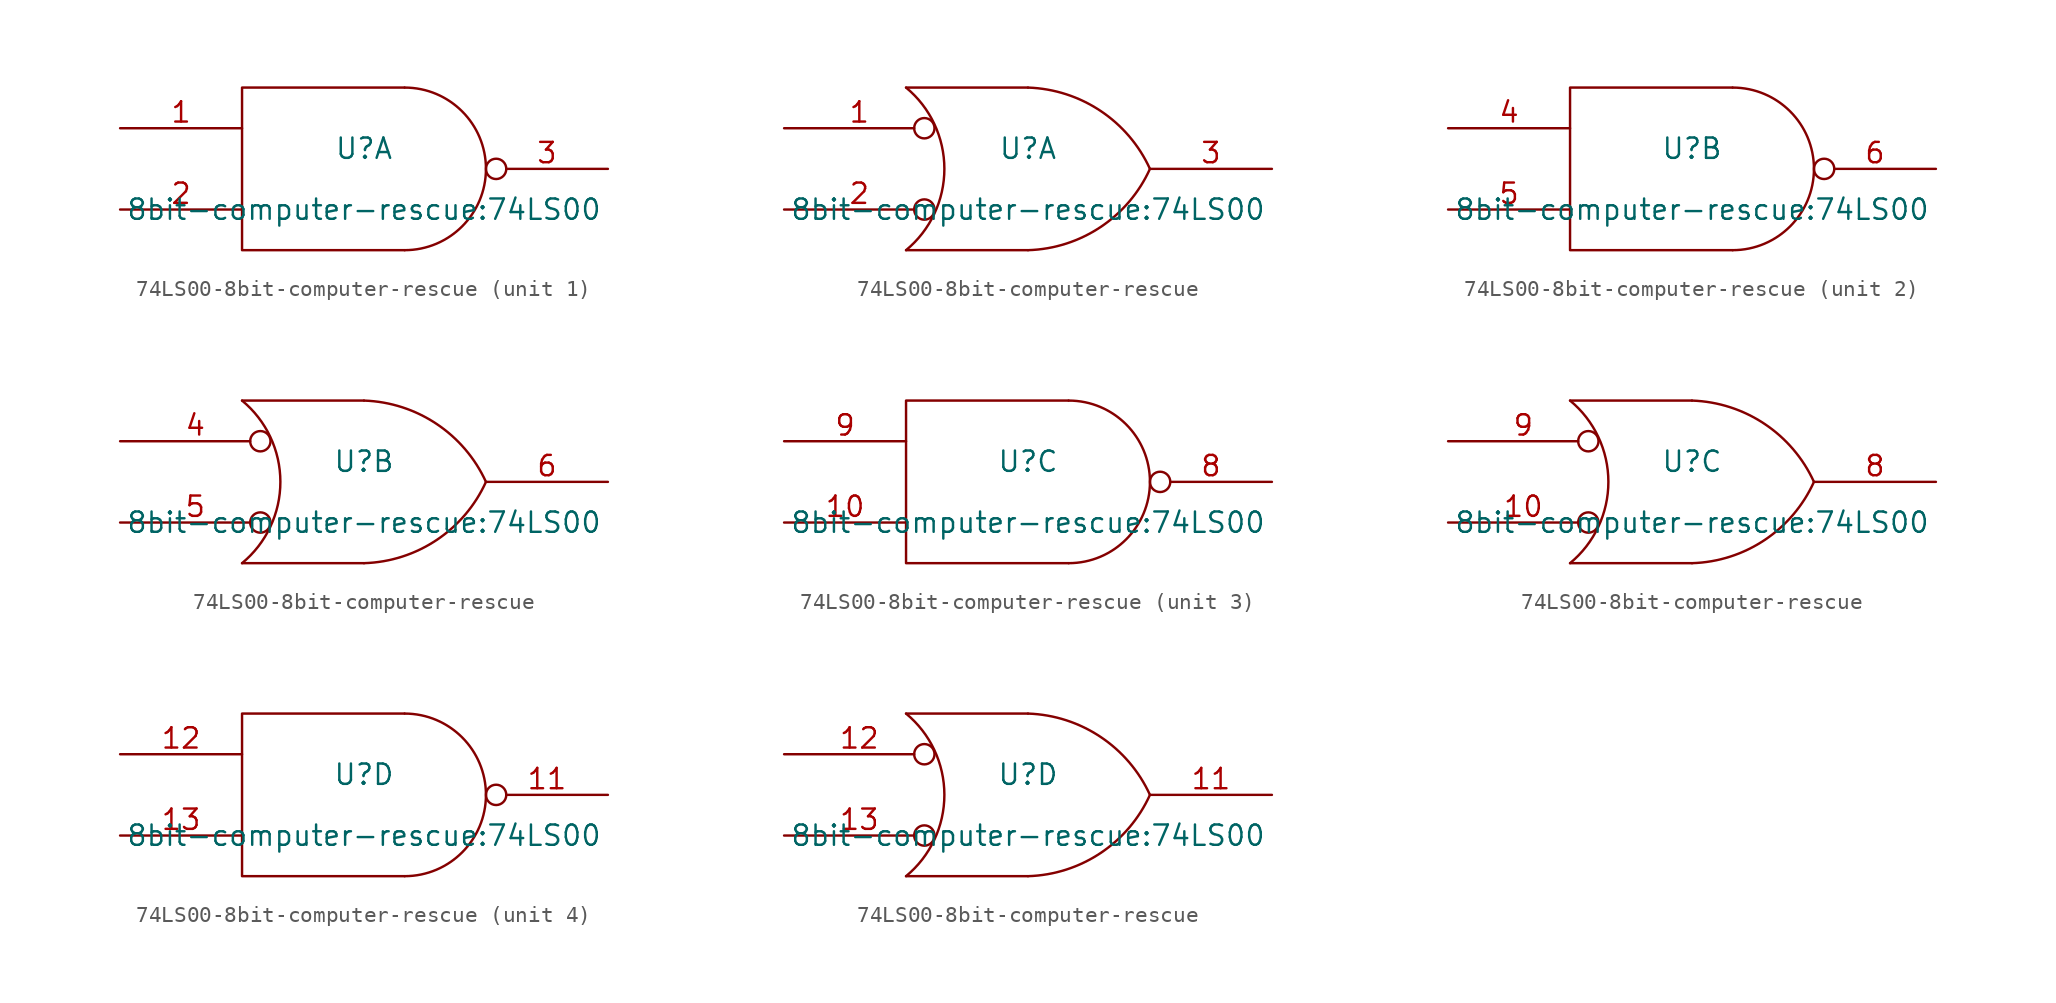
<source format=kicad_sym>
(kicad_symbol_lib
  (version 20220914)
  (generator kicad_symbol_editor)
  (symbol "74LS00-8bit-computer-rescue"
    (pin_names
      (offset 0.762))
    (property "Reference" "U"
      (at 0 1.27 0)
      (effects (font (size 1.27 1.27))))
    (property "Value" "8bit-computer-rescue:74LS00"
      (at 0 -2.54 0)
      (effects (font (size 1.27 1.27))))
    (symbol "74LS00-8bit-computer-rescue_0_0"
      (pin power_in line (at -5.08 5.08 270) (length 0) hide (name "VCC" (effects (font (size 1.016 1.016)))) (number "14" (effects (font (size 1.016 1.016)))))
      (pin power_in line (at -5.08 -5.08 90) (length 0) hide (name "GND" (effects (font (size 1.016 1.016)))) (number "7" (effects (font (size 1.016 1.016))))))
    (symbol "74LS00-8bit-computer-rescue_0_1"
      (polyline (pts (xy 2.54 5.08) (xy -7.62 5.08) (xy -7.62 -5.08) (xy 2.54 -5.08)) (stroke (width 0) (type solid)) (fill (type none)))
      (arc (start 2.54 -5.08) (mid 7.62 0) (end 2.54 5.08) (stroke (width 0) (type solid)) (fill (type none))))
    (symbol "74LS00-8bit-computer-rescue_0_2"
      (arc (start -7.62 -5.08) (mid -5.2253 0) (end -7.62 5.08) (stroke (width 0) (type solid)) (fill (type none)))
      (arc (start 0 -5.08) (mid 4.5408 -3.6305) (end 7.62 0) (stroke (width 0) (type solid)) (fill (type none)))
      (polyline (pts (xy -7.62 -5.08) (xy 0 -5.08)) (stroke (width 0) (type solid)) (fill (type none)))
      (polyline (pts (xy -7.62 5.08) (xy 0 5.08)) (stroke (width 0) (type solid)) (fill (type none)))
      (arc (start 7.62 0) (mid 4.5343 3.6226) (end 0 5.08) (stroke (width 0) (type solid)) (fill (type none))))
    (symbol "74LS00-8bit-computer-rescue_1_1"
      (pin input line (at -15.24 2.54 0) (length 7.62) (name "~" (effects (font (size 1.27 1.27)))) (number "1" (effects (font (size 1.27 1.27)))))
      (pin input line (at -15.24 -2.54 0) (length 7.62) (name "~" (effects (font (size 1.27 1.27)))) (number "2" (effects (font (size 1.27 1.27)))))
      (pin output inverted (at 15.24 0 180) (length 7.62) (name "~" (effects (font (size 1.27 1.27)))) (number "3" (effects (font (size 1.27 1.27))))))
    (symbol "74LS00-8bit-computer-rescue_1_2"
      (pin input inverted (at -15.24 2.54 0) (length 9.398) (name "~" (effects (font (size 1.27 1.27)))) (number "1" (effects (font (size 1.27 1.27)))))
      (pin input inverted (at -15.24 -2.54 0) (length 9.398) (name "~" (effects (font (size 1.27 1.27)))) (number "2" (effects (font (size 1.27 1.27)))))
      (pin output line (at 15.24 0 180) (length 7.62) (name "~" (effects (font (size 1.27 1.27)))) (number "3" (effects (font (size 1.27 1.27))))))
    (symbol "74LS00-8bit-computer-rescue_2_1"
      (pin input line (at -15.24 2.54 0) (length 7.62) (name "~" (effects (font (size 1.27 1.27)))) (number "4" (effects (font (size 1.27 1.27)))))
      (pin input line (at -15.24 -2.54 0) (length 7.62) (name "~" (effects (font (size 1.27 1.27)))) (number "5" (effects (font (size 1.27 1.27)))))
      (pin output inverted (at 15.24 0 180) (length 7.62) (name "~" (effects (font (size 1.27 1.27)))) (number "6" (effects (font (size 1.27 1.27))))))
    (symbol "74LS00-8bit-computer-rescue_2_2"
      (pin input inverted (at -15.24 2.54 0) (length 9.398) (name "~" (effects (font (size 1.27 1.27)))) (number "4" (effects (font (size 1.27 1.27)))))
      (pin input inverted (at -15.24 -2.54 0) (length 9.398) (name "~" (effects (font (size 1.27 1.27)))) (number "5" (effects (font (size 1.27 1.27)))))
      (pin output line (at 15.24 0 180) (length 7.62) (name "~" (effects (font (size 1.27 1.27)))) (number "6" (effects (font (size 1.27 1.27))))))
    (symbol "74LS00-8bit-computer-rescue_3_1"
      (pin input line (at -15.24 -2.54 0) (length 7.62) (name "~" (effects (font (size 1.27 1.27)))) (number "10" (effects (font (size 1.27 1.27)))))
      (pin output inverted (at 15.24 0 180) (length 7.62) (name "~" (effects (font (size 1.27 1.27)))) (number "8" (effects (font (size 1.27 1.27)))))
      (pin input line (at -15.24 2.54 0) (length 7.62) (name "~" (effects (font (size 1.27 1.27)))) (number "9" (effects (font (size 1.27 1.27))))))
    (symbol "74LS00-8bit-computer-rescue_3_2"
      (pin input inverted (at -15.24 -2.54 0) (length 9.398) (name "~" (effects (font (size 1.27 1.27)))) (number "10" (effects (font (size 1.27 1.27)))))
      (pin output line (at 15.24 0 180) (length 7.62) (name "~" (effects (font (size 1.27 1.27)))) (number "8" (effects (font (size 1.27 1.27)))))
      (pin input inverted (at -15.24 2.54 0) (length 9.398) (name "~" (effects (font (size 1.27 1.27)))) (number "9" (effects (font (size 1.27 1.27))))))
    (symbol "74LS00-8bit-computer-rescue_4_1"
      (pin output inverted (at 15.24 0 180) (length 7.62) (name "~" (effects (font (size 1.27 1.27)))) (number "11" (effects (font (size 1.27 1.27)))))
      (pin input line (at -15.24 2.54 0) (length 7.62) (name "~" (effects (font (size 1.27 1.27)))) (number "12" (effects (font (size 1.27 1.27)))))
      (pin input line (at -15.24 -2.54 0) (length 7.62) (name "~" (effects (font (size 1.27 1.27)))) (number "13" (effects (font (size 1.27 1.27))))))
    (symbol "74LS00-8bit-computer-rescue_4_2"
      (pin output line (at 15.24 0 180) (length 7.62) (name "~" (effects (font (size 1.27 1.27)))) (number "11" (effects (font (size 1.27 1.27)))))
      (pin input inverted (at -15.24 2.54 0) (length 9.398) (name "~" (effects (font (size 1.27 1.27)))) (number "12" (effects (font (size 1.27 1.27)))))
      (pin input inverted (at -15.24 -2.54 0) (length 9.398) (name "~" (effects (font (size 1.27 1.27)))) (number "13" (effects (font (size 1.27 1.27))))))))
</source>
